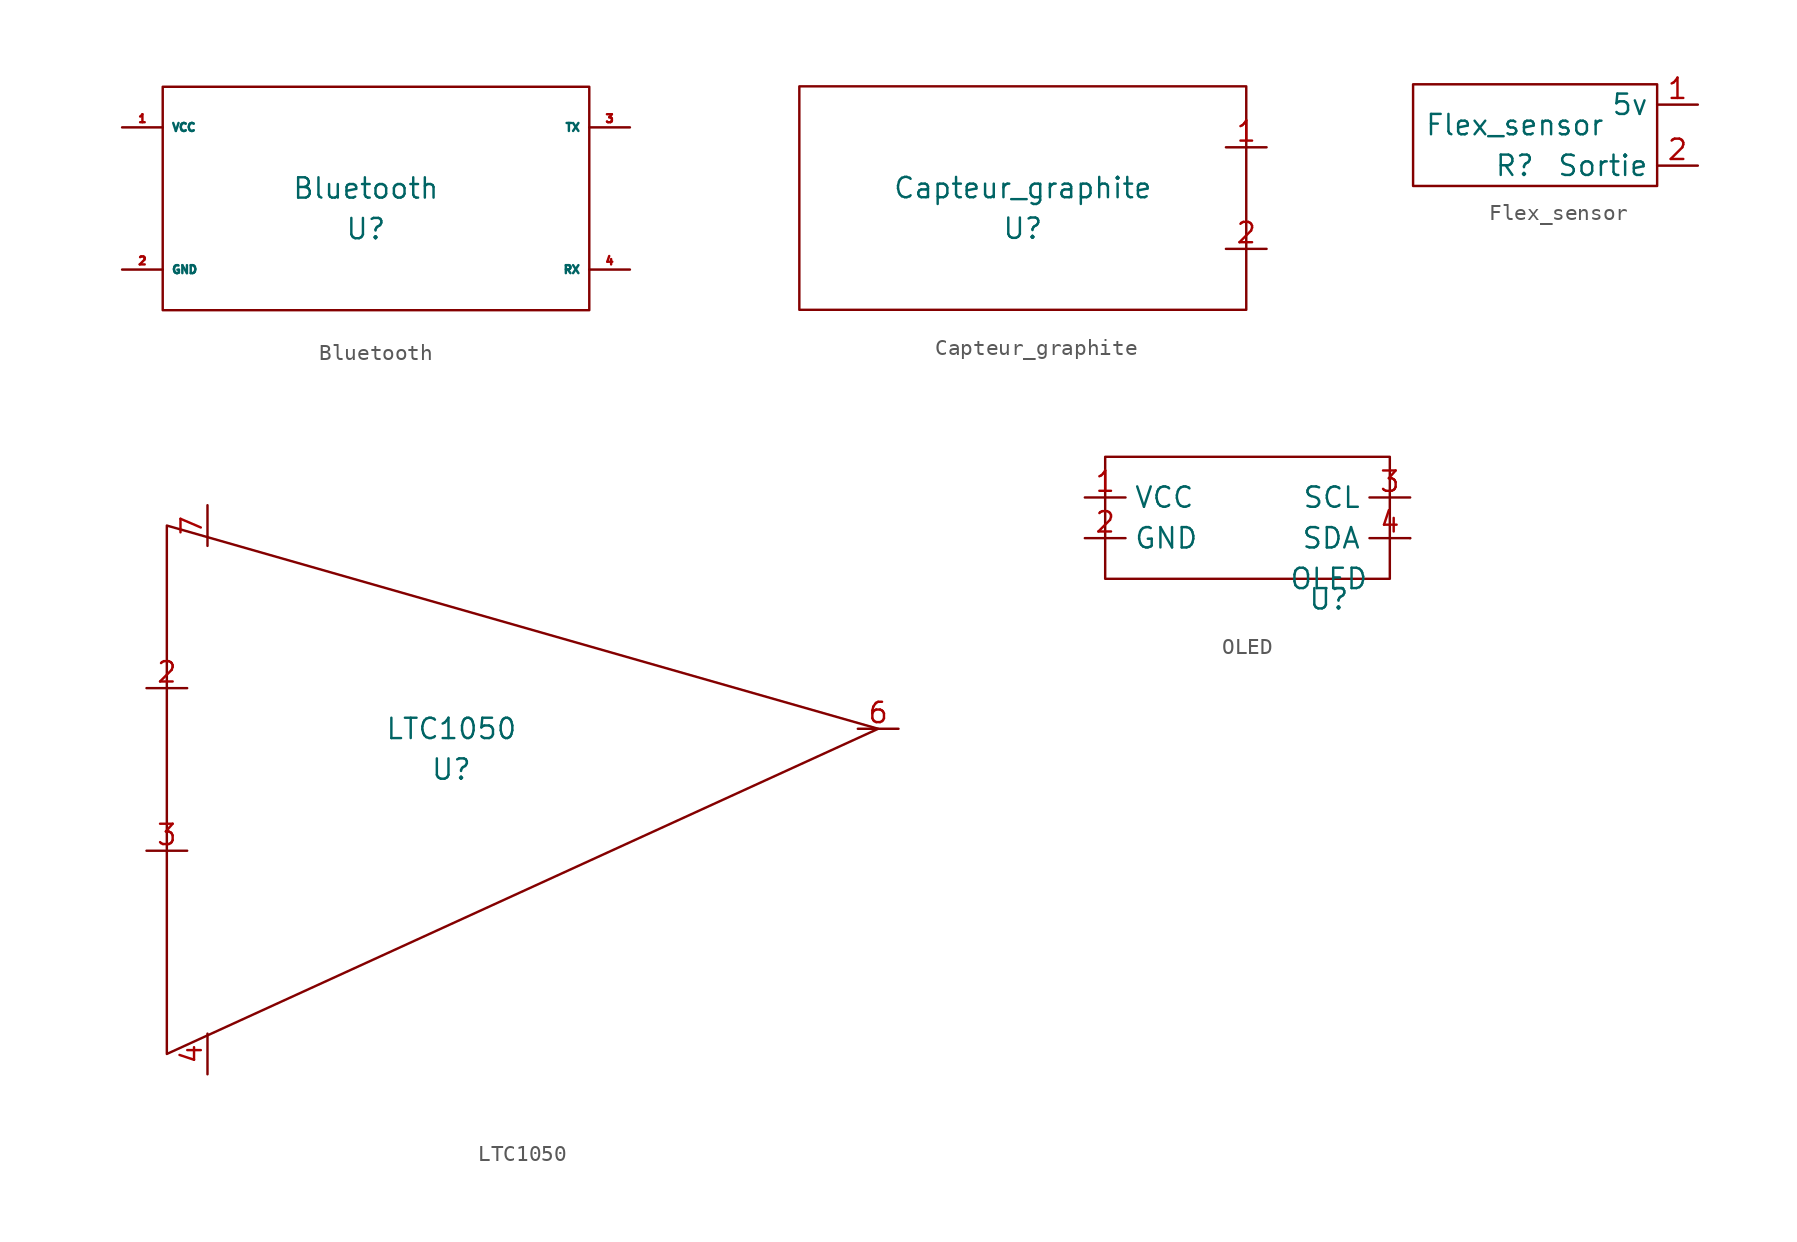
<source format=kicad_sym>
(kicad_symbol_lib
  (version 20211014)
  (generator kicad_symbol_editor)
  (symbol "Bluetooth"
    (property "Reference" "U"
      (at 0 1.27 0)
      (effects (font (size 1.27 1.27))))
    (property "Value" "Bluetooth"
      (at 0 3.81 0)
      (effects (font (size 1.27 1.27))))
    (symbol "Bluetooth_0_0"
      (text "" (at -8.89 -3.81 0) (effects (font (size 1.27 1.27)))))
    (symbol "Bluetooth_0_1"
      (rectangle (start -12.7 10.16) (end 13.97 -3.81) (stroke (width 0) (type default) (color 0 0 0 0)) (fill (type none))))
    (symbol "Bluetooth_1_1"
      (pin power_in line (at -15.24 7.62 0) (length 2.54) (name "VCC" (effects (font (size 0.5 0.5)))) (number "1" (effects (font (size 0.5 0.5)))))
      (pin bidirectional line (at -15.24 -1.27 0) (length 2.54) (name "GND" (effects (font (size 0.5 0.5)))) (number "2" (effects (font (size 0.5 0.5)))))
      (pin bidirectional line (at 16.51 7.62 180) (length 2.54) (name "TX" (effects (font (size 0.5 0.5)))) (number "3" (effects (font (size 0.5 0.5)))))
      (pin bidirectional line (at 16.51 -1.27 180) (length 2.54) (name "RX" (effects (font (size 0.5 0.5)))) (number "4" (effects (font (size 0.5 0.5)))))))
  (symbol "Capteur_graphite"
    (property "Reference" "U"
      (at 0 0 0)
      (effects (font (size 1.27 1.27))))
    (property "Value" "Capteur_graphite"
      (at 0 2.54 0)
      (effects (font (size 1.27 1.27))))
    (symbol "Capteur_graphite_0_1"
      (rectangle (start 13.97 -5.08) (end -13.97 8.89) (stroke (width 0) (type default) (color 0 0 0 0)) (fill (type none))))
    (symbol "Capteur_graphite_1_1"
      (pin output line (at 15.24 5.08 180) (length 2.54) (name "" (effects (font (size 1.27 1.27)))) (number "1" (effects (font (size 1.27 1.27)))))
      (pin output line (at 15.24 -1.27 180) (length 2.54) (name "" (effects (font (size 1.27 1.27)))) (number "2" (effects (font (size 1.27 1.27)))))))
  (symbol "Flex_sensor"
    (property "Reference" "R"
      (at 0 0 0)
      (effects (font (size 1.27 1.27))))
    (property "Value" "Flex_sensor"
      (at 0 2.54 0)
      (effects (font (size 1.27 1.27))))
    (symbol "Flex_sensor_0_1"
      (rectangle (start 8.89 -1.27) (end -6.35 5.08) (stroke (width 0) (type default) (color 0 0 0 0)) (fill (type none))))
    (symbol "Flex_sensor_1_1"
      (pin power_in line (at 11.43 3.81 180) (length 2.54) (name "5v" (effects (font (size 1.27 1.27)))) (number "1" (effects (font (size 1.27 1.27)))))
      (pin output line (at 11.43 0 180) (length 2.54) (name "Sortie" (effects (font (size 1.27 1.27)))) (number "2" (effects (font (size 1.27 1.27)))))))
  (symbol "LTC1050"
    (property "Reference" "U"
      (at -2.54 0 0)
      (effects (font (size 1.27 1.27))))
    (property "Value" "LTC1050"
      (at -2.54 2.54 0)
      (effects (font (size 1.27 1.27))))
    (symbol "LTC1050_0_1"
      (polyline (pts (xy -20.32 15.24) (xy -20.32 -17.78) (xy 24.13 2.54) (xy -20.32 15.24)) (stroke (width 0) (type default) (color 0 0 0 0)) (fill (type none))))
    (symbol "LTC1050_1_1"
      (pin input line (at -21.59 5.08 0) (length 2.54) (name "" (effects (font (size 1.27 1.27)))) (number "2" (effects (font (size 1.27 1.27)))))
      (pin input line (at -21.59 -5.08 0) (length 2.54) (name "" (effects (font (size 1.27 1.27)))) (number "3" (effects (font (size 1.27 1.27)))))
      (pin power_out line (at -17.78 -19.05 90) (length 2.54) (name "" (effects (font (size 1.27 1.27)))) (number "4" (effects (font (size 1.27 1.27)))))
      (pin output line (at 25.4 2.54 180) (length 2.54) (name "" (effects (font (size 1.27 1.27)))) (number "6" (effects (font (size 1.27 1.27)))))
      (pin power_in line (at -17.78 16.51 270) (length 2.54) (name "" (effects (font (size 1.27 1.27)))) (number "7" (effects (font (size 1.27 1.27)))))))
  (symbol "OLED"
    (property "Reference" "U"
      (at 0 -3.81 0)
      (effects (font (size 1.27 1.27))))
    (property "Value" "OLED"
      (at 0 -2.54 0)
      (effects (font (size 1.27 1.27))))
    (symbol "OLED_0_1"
      (rectangle (start -13.97 5.08) (end 3.81 -2.54) (stroke (width 0) (type default) (color 0 0 0 0)) (fill (type none)))
      (rectangle (start 5.08 0) (end 5.08 0) (stroke (width 0) (type default) (color 0 0 0 0)) (fill (type none))))
    (symbol "OLED_1_1"
      (pin power_in line (at -15.24 2.54 0) (length 2.54) (name "VCC" (effects (font (size 1.27 1.27)))) (number "1" (effects (font (size 1.27 1.27)))))
      (pin power_in line (at -15.24 0 0) (length 2.54) (name "GND" (effects (font (size 1.27 1.27)))) (number "2" (effects (font (size 1.27 1.27)))))
      (pin output line (at 5.08 2.54 180) (length 2.54) (name "SCL" (effects (font (size 1.27 1.27)))) (number "3" (effects (font (size 1.27 1.27)))))
      (pin output line (at 5.08 0 180) (length 2.54) (name "SDA" (effects (font (size 1.27 1.27)))) (number "4" (effects (font (size 1.27 1.27))))))))
</source>
